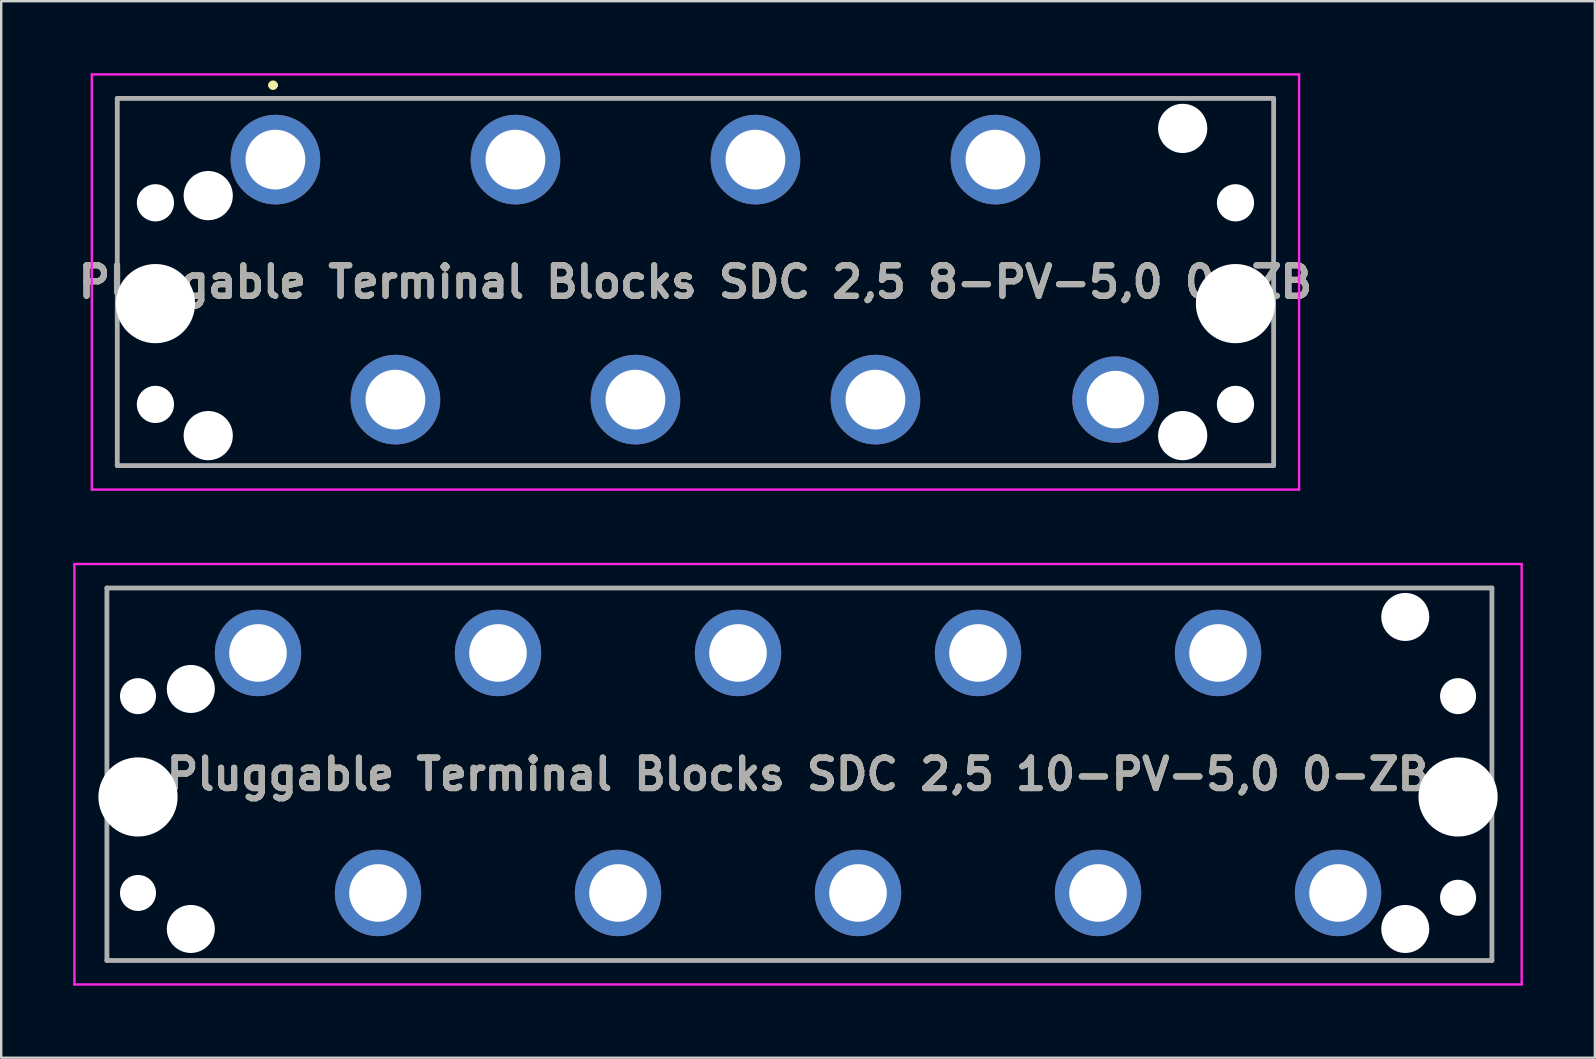
<source format=kicad_pcb>
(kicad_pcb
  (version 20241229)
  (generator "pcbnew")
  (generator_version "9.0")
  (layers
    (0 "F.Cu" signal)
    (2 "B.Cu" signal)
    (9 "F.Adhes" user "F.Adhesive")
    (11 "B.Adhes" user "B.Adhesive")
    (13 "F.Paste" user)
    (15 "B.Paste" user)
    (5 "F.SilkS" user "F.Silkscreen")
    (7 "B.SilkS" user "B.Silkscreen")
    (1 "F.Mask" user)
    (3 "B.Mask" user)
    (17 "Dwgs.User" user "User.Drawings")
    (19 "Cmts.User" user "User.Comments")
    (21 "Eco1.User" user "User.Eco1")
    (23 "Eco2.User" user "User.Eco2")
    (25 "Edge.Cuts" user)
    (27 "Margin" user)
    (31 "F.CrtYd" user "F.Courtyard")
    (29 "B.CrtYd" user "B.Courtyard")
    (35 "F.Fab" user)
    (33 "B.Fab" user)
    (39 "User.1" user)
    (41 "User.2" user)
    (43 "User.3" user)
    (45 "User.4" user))
  (footprint "Pluggable Terminal Blocks SDC 2,5 8-PV-5,0 0-ZB"
    (layer "F.Cu")
    (at 25.926 8.7)
    (property "Reference" "Pluggable Terminal Blocks SDC 2,5 8-PV-5,0 0-ZB" (at 0 0 0) (layer "F.SilkS") (effects (font (size 1.27 1.27) (thickness 0.254))))
    (attr through_hole)
    (fp_line (start -24.09 -7.65) (end 24 -7.65) (stroke (width 0.1) (type solid)) (layer "F.SilkS"))
    (fp_line (start -24.09 -0.5) (end -24.09 -7.65) (stroke (width 0.1) (type solid)) (layer "F.SilkS"))
    (fp_line (start -24.09 7.65) (end -24.09 2.5) (stroke (width 0.1) (type solid)) (layer "F.SilkS"))
    (fp_line (start -17.7 -8.2) (end -17.7 -8.2) (stroke (width 0.2) (type solid)) (layer "F.SilkS"))
    (fp_line (start -17.5 -8.2) (end -17.5 -8.2) (stroke (width 0.2) (type solid)) (layer "F.SilkS"))
    (fp_line (start 24 -7.65) (end 24.09 -7.65) (stroke (width 0.1) (type solid)) (layer "F.SilkS"))
    (fp_line (start 24.09 -7.65) (end 24.09 -0.5) (stroke (width 0.1) (type solid)) (layer "F.SilkS"))
    (fp_line (start 24.09 2.5) (end 24.09 7.65) (stroke (width 0.1) (type solid)) (layer "F.SilkS"))
    (fp_line (start 24.09 7.65) (end -24.09 7.65) (stroke (width 0.1) (type solid)) (layer "F.SilkS"))
    (fp_arc (start -17.7 -8.2) (mid -17.6 -8.3) (end -17.5 -8.2) (stroke (width 0.2) (type solid)) (layer "F.SilkS"))
    (fp_arc (start -17.5 -8.2) (mid -17.6 -8.1) (end -17.7 -8.2) (stroke (width 0.2) (type solid)) (layer "F.SilkS"))
    (fp_line (start -25.15 -8.65) (end 25.15 -8.65) (stroke (width 0.1) (type solid)) (layer "F.CrtYd"))
    (fp_line (start -25.15 8.65) (end -25.15 -8.65) (stroke (width 0.1) (type solid)) (layer "F.CrtYd"))
    (fp_line (start 25.15 -8.65) (end 25.15 8.65) (stroke (width 0.1) (type solid)) (layer "F.CrtYd"))
    (fp_line (start 25.15 8.65) (end -25.15 8.65) (stroke (width 0.1) (type solid)) (layer "F.CrtYd"))
    (fp_line (start -24.09 -7.65) (end 24.09 -7.65) (stroke (width 0.2) (type solid)) (layer "F.Fab"))
    (fp_line (start -24.09 7.65) (end -24.09 -7.65) (stroke (width 0.2) (type solid)) (layer "F.Fab"))
    (fp_line (start 24.09 -7.65) (end 24.09 7.65) (stroke (width 0.2) (type solid)) (layer "F.Fab"))
    (fp_line (start 24.09 7.65) (end -24.09 7.65) (stroke (width 0.2) (type solid)) (layer "F.Fab"))
    (fp_text user "${REFERENCE}" (at 0 0 0) (layer "F.Fab") (effects (font (size 1.27 1.27) (thickness 0.254))))
    (pad "" np_thru_hole circle (at -22.5 -3.3) (size 1.55 1.55) (drill 1.55) (layers "*.Cu" "*.Mask"))
    (pad "" np_thru_hole circle (at -22.5 0.9) (size 3.3 3.3) (drill 3.3) (layers "*.Cu" "*.Mask"))
    (pad "" np_thru_hole circle (at -22.5 5.1) (size 1.55 1.55) (drill 1.55) (layers "*.Cu" "*.Mask"))
    (pad "" np_thru_hole circle (at -20.3 -3.6) (size 2.05 2.05) (drill 2.05) (layers "*.Cu" "*.Mask"))
    (pad "" np_thru_hole circle (at -20.3 6.4) (size 2.05 2.05) (drill 2.05) (layers "*.Cu" "*.Mask"))
    (pad "" np_thru_hole circle (at 20.3 -6.4) (size 2.05 2.05) (drill 2.05) (layers "*.Cu" "*.Mask"))
    (pad "" np_thru_hole circle (at 20.3 6.4) (size 2.05 2.05) (drill 2.05) (layers "*.Cu" "*.Mask"))
    (pad "" np_thru_hole circle (at 22.5 -3.3) (size 1.55 1.55) (drill 1.55) (layers "*.Cu" "*.Mask"))
    (pad "" np_thru_hole circle (at 22.5 0.9) (size 3.3 3.3) (drill 3.3) (layers "*.Cu" "*.Mask"))
    (pad "" np_thru_hole circle (at 22.5 5.1) (size 1.55 1.55) (drill 1.55) (layers "*.Cu" "*.Mask"))
    (pad "1" thru_hole circle (at -17.5 -5.1) (size 3.735 3.735) (drill 2.49) (layers "*.Cu" "*.Mask"))
    (pad "2" thru_hole circle (at -12.5 4.9) (size 3.735 3.735) (drill 2.49) (layers "*.Cu" "*.Mask"))
    (pad "3" thru_hole circle (at -7.5 -5.1) (size 3.735 3.735) (drill 2.49) (layers "*.Cu" "*.Mask"))
    (pad "4" thru_hole circle (at -2.5 4.9) (size 3.735 3.735) (drill 2.49) (layers "*.Cu" "*.Mask"))
    (pad "5" thru_hole circle (at 2.5 -5.1) (size 3.735 3.735) (drill 2.49) (layers "*.Cu" "*.Mask"))
    (pad "6" thru_hole circle (at 7.5 4.9) (size 3.735 3.735) (drill 2.49) (layers "*.Cu" "*.Mask"))
    (pad "7" thru_hole circle (at 12.5 -5.1) (size 3.735 3.735) (drill 2.49) (layers "*.Cu" "*.Mask"))
    (pad "8" thru_hole circle (at 17.5 4.9) (size 3.6 3.6) (drill 2.4) (layers "*.Cu" "*.Mask")))
  (footprint "Pluggable Terminal Blocks SDC 2,5 10-PV-5,0 0-ZB"
    (layer "F.Cu")
    (at 7.7 24.155)
    (property "Reference" "Pluggable Terminal Blocks SDC 2,5 10-PV-5,0 0-ZB" (at 22.5 5.055 0) (layer "F.SilkS") (effects (font (size 1.27 1.27) (thickness 0.254))))
    (attr through_hole)
    (fp_line (start -6.296 -2.705) (end 51.41 -2.705) (stroke (width 0.1) (type solid)) (layer "F.SilkS"))
    (fp_line (start -6.296 3.773) (end -6.296 -2.705) (stroke (width 0.1) (type solid)) (layer "F.SilkS"))
    (fp_line (start -6.296 8.102) (end -6.296 12.814) (stroke (width 0.1) (type solid)) (layer "F.SilkS"))
    (fp_line (start -6.296 12.814) (end 51.41 12.814) (stroke (width 0.1) (type solid)) (layer "F.SilkS"))
    (fp_line (start 51.41 -2.705) (end 51.41 3.773) (stroke (width 0.1) (type solid)) (layer "F.SilkS"))
    (fp_line (start 51.41 12.814) (end 51.41 8.102) (stroke (width 0.1) (type solid)) (layer "F.SilkS"))
    (fp_line (start -7.65 -3.705) (end 52.65 -3.705) (stroke (width 0.1) (type solid)) (layer "F.CrtYd"))
    (fp_line (start -7.65 13.814) (end -7.65 -3.705) (stroke (width 0.1) (type solid)) (layer "F.CrtYd"))
    (fp_line (start 52.65 -3.705) (end 52.65 13.814) (stroke (width 0.1) (type solid)) (layer "F.CrtYd"))
    (fp_line (start 52.65 13.814) (end -7.65 13.814) (stroke (width 0.1) (type solid)) (layer "F.CrtYd"))
    (fp_line (start -6.296 -2.705) (end 51.41 -2.705) (stroke (width 0.2) (type solid)) (layer "F.Fab"))
    (fp_line (start -6.296 12.814) (end -6.296 -2.705) (stroke (width 0.2) (type solid)) (layer "F.Fab"))
    (fp_line (start 51.41 -2.705) (end 51.41 12.814) (stroke (width 0.2) (type solid)) (layer "F.Fab"))
    (fp_line (start 51.41 12.814) (end -6.296 12.814) (stroke (width 0.2) (type solid)) (layer "F.Fab"))
    (fp_text user "${REFERENCE}" (at 22.5 5.055 0) (layer "F.Fab") (effects (font (size 1.27 1.27) (thickness 0.254))))
    (pad "" np_thru_hole circle (at -5 1.8) (size 1.5 1.5) (drill 1.5) (layers "*.Cu" "*.Mask"))
    (pad "" np_thru_hole circle (at -5 6) (size 3.3 3.3) (drill 3.3) (layers "*.Cu" "*.Mask"))
    (pad "" np_thru_hole circle (at -5 10) (size 1.5 1.5) (drill 1.5) (layers "*.Cu" "*.Mask"))
    (pad "" np_thru_hole circle (at -2.8 1.5) (size 2 2) (drill 2) (layers "*.Cu" "*.Mask"))
    (pad "" np_thru_hole circle (at -2.8 11.5) (size 2 2) (drill 2) (layers "*.Cu" "*.Mask"))
    (pad "" np_thru_hole circle (at 47.8 -1.5) (size 2 2) (drill 2) (layers "*.Cu" "*.Mask"))
    (pad "" np_thru_hole circle (at 47.8 11.5) (size 2 2) (drill 2) (layers "*.Cu" "*.Mask"))
    (pad "" np_thru_hole circle (at 50 1.8) (size 1.5 1.5) (drill 1.5) (layers "*.Cu" "*.Mask"))
    (pad "" np_thru_hole circle (at 50 6) (size 3.3 3.3) (drill 3.3) (layers "*.Cu" "*.Mask"))
    (pad "" np_thru_hole circle (at 50 10.2) (size 1.5 1.5) (drill 1.5) (layers "*.Cu" "*.Mask"))
    (pad "1" thru_hole circle (at 0 0) (size 3.6 3.6) (drill 2.4) (layers "*.Cu" "*.Mask"))
    (pad "2" thru_hole circle (at 5 10) (size 3.6 3.6) (drill 2.4) (layers "*.Cu" "*.Mask"))
    (pad "3" thru_hole circle (at 10 0) (size 3.6 3.6) (drill 2.4) (layers "*.Cu" "*.Mask"))
    (pad "4" thru_hole circle (at 15 10) (size 3.6 3.6) (drill 2.4) (layers "*.Cu" "*.Mask"))
    (pad "5" thru_hole circle (at 20 0) (size 3.6 3.6) (drill 2.4) (layers "*.Cu" "*.Mask"))
    (pad "6" thru_hole circle (at 25 10) (size 3.6 3.6) (drill 2.4) (layers "*.Cu" "*.Mask"))
    (pad "7" thru_hole circle (at 30 0) (size 3.6 3.6) (drill 2.4) (layers "*.Cu" "*.Mask"))
    (pad "8" thru_hole circle (at 35 10) (size 3.6 3.6) (drill 2.4) (layers "*.Cu" "*.Mask"))
    (pad "9" thru_hole circle (at 40 0) (size 3.6 3.6) (drill 2.4) (layers "*.Cu" "*.Mask"))
    (pad "10" thru_hole circle (at 45 10) (size 3.6 3.6) (drill 2.4) (layers "*.Cu" "*.Mask")))
  (gr_rect
    (start -3 -3)
    (end 63.4 41.019)
    (stroke (width 0.1) (type default))
    (fill no)
    (layer "Edge.Cuts")))
</source>
